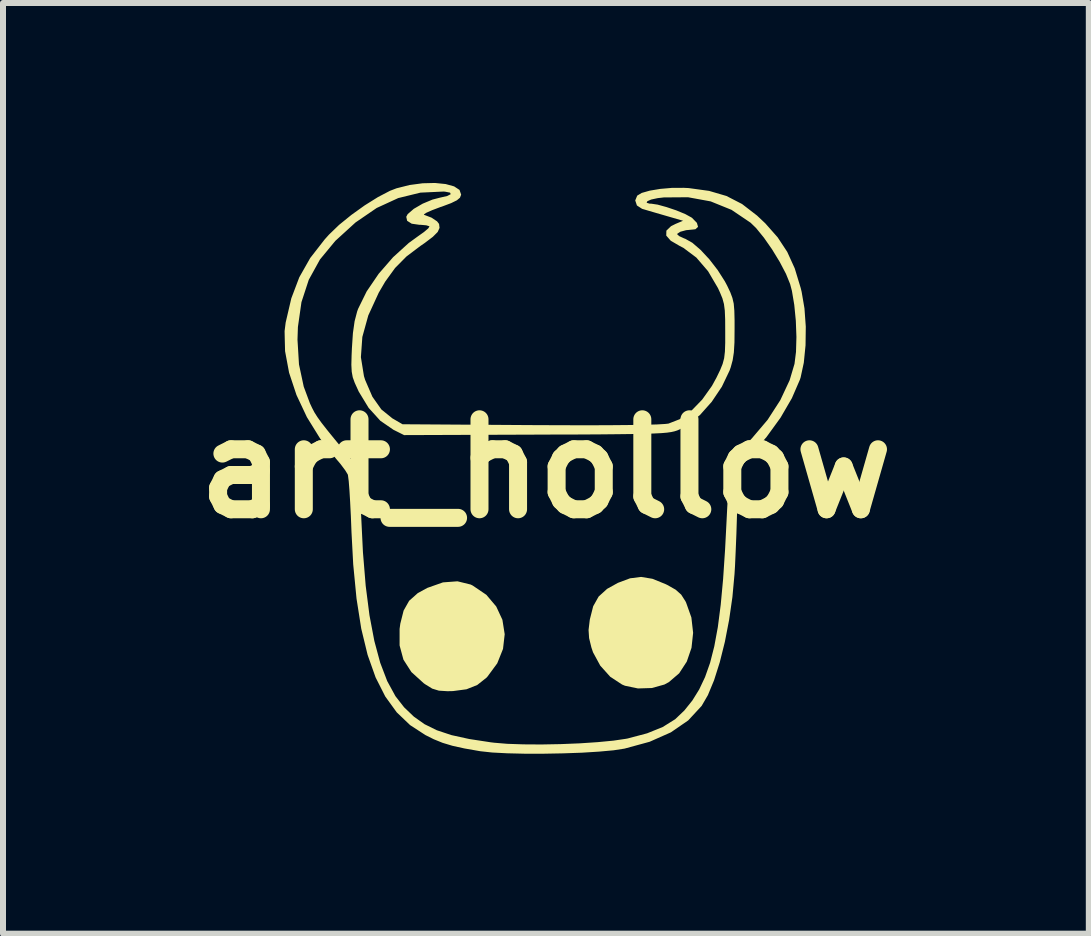
<source format=kicad_pcb>
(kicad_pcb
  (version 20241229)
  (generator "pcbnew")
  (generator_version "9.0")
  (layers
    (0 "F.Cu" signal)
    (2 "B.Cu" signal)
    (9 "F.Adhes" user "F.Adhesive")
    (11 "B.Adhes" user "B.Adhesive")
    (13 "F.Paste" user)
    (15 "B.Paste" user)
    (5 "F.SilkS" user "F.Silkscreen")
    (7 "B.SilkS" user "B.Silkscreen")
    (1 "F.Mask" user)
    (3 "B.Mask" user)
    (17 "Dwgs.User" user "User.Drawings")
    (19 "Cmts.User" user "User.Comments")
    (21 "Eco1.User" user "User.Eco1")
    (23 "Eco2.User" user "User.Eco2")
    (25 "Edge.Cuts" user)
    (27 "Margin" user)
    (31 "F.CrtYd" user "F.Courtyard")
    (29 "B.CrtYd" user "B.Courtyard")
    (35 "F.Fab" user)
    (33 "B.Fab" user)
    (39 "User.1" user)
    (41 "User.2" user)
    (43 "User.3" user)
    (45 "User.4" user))
  (footprint "art_hollow"
    (layer "F.Cu")
    (at 6.05 4.761)
    (property "Reference" "art_hollow" (at 0 0 0) (layer "F.SilkS") (effects (font (size 1.5 1.5) (thickness 0.3))))
    (attr board_only exclude_from_pos_files exclude_from_bom)
    (fp_poly (pts (xy -1.254 1.933) (xy -1.22 1.95) (xy -0.993 2.104) (xy -0.828 2.299) (xy -0.725 2.521) (xy -0.687 2.761) (xy -0.715 3.006) (xy -0.811 3.246) (xy -0.976 3.47) (xy -0.991 3.486) (xy -1.144 3.607) (xy -1.324 3.679) (xy -1.549 3.709) (xy -1.641 3.711) (xy -1.784 3.702) (xy -1.895 3.668) (xy -2.013 3.595) (xy -2.037 3.578) (xy -2.242 3.392) (xy -2.375 3.185) (xy -2.439 2.948) (xy -2.439 2.673) (xy -2.427 2.585) (xy -2.372 2.367) (xy -2.28 2.204) (xy -2.136 2.076) (xy -1.977 1.989) (xy -1.716 1.897) (xy -1.474 1.879)) (stroke (width 0) (type solid)) (fill yes) (layer "F.SilkS"))
    (fp_poly (pts (xy 1.775 1.837) (xy 1.99 1.924) (xy 2.022 1.939) (xy 2.163 2.019) (xy 2.255 2.101) (xy 2.325 2.21) (xy 2.337 2.234) (xy 2.425 2.482) (xy 2.454 2.738) (xy 2.427 2.988) (xy 2.348 3.218) (xy 2.221 3.413) (xy 2.049 3.56) (xy 1.975 3.6) (xy 1.766 3.658) (xy 1.535 3.665) (xy 1.318 3.62) (xy 1.27 3.6) (xy 1.073 3.471) (xy 0.906 3.285) (xy 0.785 3.062) (xy 0.758 2.981) (xy 0.72 2.826) (xy 0.711 2.691) (xy 0.73 2.531) (xy 0.733 2.512) (xy 0.788 2.295) (xy 0.879 2.133) (xy 1.02 2.005) (xy 1.2 1.905) (xy 1.403 1.829) (xy 1.587 1.806)) (stroke (width 0) (type solid)) (fill yes) (layer "F.SilkS"))
    (fp_poly (pts (xy -1.671 -4.743) (xy -1.53 -4.704) (xy -1.44 -4.645) (xy -1.413 -4.567) (xy -1.414 -4.563) (xy -1.433 -4.515) (xy -1.484 -4.472) (xy -1.58 -4.425) (xy -1.737 -4.366) (xy -1.757 -4.36) (xy -1.895 -4.308) (xy -1.992 -4.265) (xy -2.034 -4.237) (xy -2.03 -4.23) (xy -1.907 -4.183) (xy -1.814 -4.121) (xy -1.781 -4.078) (xy -1.773 -4.012) (xy -1.804 -3.944) (xy -1.885 -3.863) (xy -2.022 -3.759) (xy -2.092 -3.711) (xy -2.325 -3.535) (xy -2.514 -3.344) (xy -2.679 -3.116) (xy -2.787 -2.931) (xy -2.961 -2.552) (xy -3.06 -2.194) (xy -3.084 -1.857) (xy -3.033 -1.541) (xy -3.013 -1.477) (xy -2.892 -1.197) (xy -2.743 -0.986) (xy -2.564 -0.841) (xy -2.564 -0.84) (xy -2.39 -0.739) (xy -0.267 -0.725) (xy 0.218 -0.723) (xy 0.657 -0.722) (xy 1.045 -0.723) (xy 1.377 -0.726) (xy 1.648 -0.73) (xy 1.855 -0.736) (xy 1.991 -0.744) (xy 2.043 -0.75) (xy 2.23 -0.823) (xy 2.422 -0.961) (xy 2.605 -1.15) (xy 2.768 -1.379) (xy 2.843 -1.516) (xy 2.905 -1.644) (xy 2.946 -1.745) (xy 2.971 -1.839) (xy 2.984 -1.95) (xy 2.989 -2.097) (xy 2.989 -2.284) (xy 2.988 -2.487) (xy 2.982 -2.634) (xy 2.968 -2.743) (xy 2.942 -2.838) (xy 2.901 -2.937) (xy 2.868 -3.009) (xy 2.703 -3.29) (xy 2.508 -3.517) (xy 2.292 -3.679) (xy 2.232 -3.71) (xy 2.081 -3.798) (xy 2.006 -3.884) (xy 2.008 -3.966) (xy 2.086 -4.041) (xy 2.162 -4.079) (xy 2.286 -4.131) (xy 1.993 -4.216) (xy 1.838 -4.261) (xy 1.701 -4.301) (xy 1.61 -4.328) (xy 1.603 -4.33) (xy 1.517 -4.386) (xy 1.489 -4.47) (xy 1.522 -4.55) (xy 1.597 -4.595) (xy 1.731 -4.633) (xy 1.905 -4.662) (xy 2.099 -4.679) (xy 2.296 -4.68) (xy 2.379 -4.676) (xy 2.72 -4.629) (xy 3.01 -4.544) (xy 3.27 -4.41) (xy 3.519 -4.218) (xy 3.657 -4.088) (xy 3.863 -3.855) (xy 4.023 -3.612) (xy 4.148 -3.337) (xy 4.248 -3.008) (xy 4.263 -2.946) (xy 4.31 -2.671) (xy 4.332 -2.366) (xy 4.328 -2.055) (xy 4.299 -1.765) (xy 4.246 -1.519) (xy 4.234 -1.482) (xy 4.1 -1.173) (xy 3.911 -0.848) (xy 3.678 -0.527) (xy 3.51 -0.332) (xy 3.375 -0.182) (xy 3.286 -0.072) (xy 3.233 0.011) (xy 3.208 0.081) (xy 3.201 0.147) (xy 3.194 0.458) (xy 3.185 0.781) (xy 3.175 1.097) (xy 3.163 1.386) (xy 3.152 1.629) (xy 3.144 1.758) (xy 3.109 2.141) (xy 3.054 2.522) (xy 2.983 2.889) (xy 2.898 3.229) (xy 2.803 3.529) (xy 2.7 3.777) (xy 2.596 3.956) (xy 2.372 4.198) (xy 2.083 4.397) (xy 1.729 4.554) (xy 1.311 4.668) (xy 1.129 4.696) (xy 0.887 4.718) (xy 0.6 4.736) (xy 0.287 4.747) (xy -0.036 4.753) (xy -0.353 4.753) (xy -0.645 4.746) (xy -0.896 4.733) (xy -1.089 4.712) (xy -1.103 4.71) (xy -1.359 4.665) (xy -1.558 4.621) (xy -1.721 4.572) (xy -1.869 4.512) (xy -2.009 4.442) (xy -2.264 4.276) (xy -2.487 4.063) (xy -2.678 3.799) (xy -2.839 3.481) (xy -2.972 3.106) (xy -3.078 2.669) (xy -3.157 2.167) (xy -3.212 1.598) (xy -3.241 1.055) (xy -3.251 0.797) (xy -3.263 0.561) (xy -3.275 0.361) (xy -3.287 0.209) (xy -3.299 0.116) (xy -3.303 0.098) (xy -3.346 0.028) (xy -3.423 -0.075) (xy -3.5 -0.166) (xy -3.763 -0.5) (xy -3.984 -0.857) (xy -4.158 -1.227) (xy -4.281 -1.598) (xy -4.348 -1.957) (xy -4.353 -2.149) (xy -4.141 -2.149) (xy -4.116 -1.736) (xy -4.037 -1.366) (xy -3.934 -1.089) (xy -3.896 -1.008) (xy -3.857 -0.934) (xy -3.808 -0.857) (xy -3.741 -0.764) (xy -3.648 -0.645) (xy -3.522 -0.49) (xy -3.354 -0.286) (xy -3.341 -0.27) (xy -3.107 0.013) (xy -3.081 0.759) (xy -3.05 1.393) (xy -3.004 1.954) (xy -2.941 2.446) (xy -2.86 2.873) (xy -2.762 3.237) (xy -2.645 3.543) (xy -2.508 3.794) (xy -2.364 3.979) (xy -2.201 4.135) (xy -2.023 4.261) (xy -1.818 4.362) (xy -1.574 4.443) (xy -1.278 4.508) (xy -0.918 4.563) (xy -0.86 4.57) (xy -0.644 4.588) (xy -0.376 4.597) (xy -0.073 4.599) (xy 0.247 4.593) (xy 0.566 4.58) (xy 0.864 4.56) (xy 1.125 4.535) (xy 1.33 4.505) (xy 1.363 4.499) (xy 1.687 4.413) (xy 1.947 4.308) (xy 2.155 4.178) (xy 2.308 4.032) (xy 2.441 3.866) (xy 2.555 3.682) (xy 2.653 3.475) (xy 2.737 3.237) (xy 2.807 2.962) (xy 2.866 2.642) (xy 2.914 2.27) (xy 2.954 1.84) (xy 2.987 1.344) (xy 3.009 0.918) (xy 3.022 0.66) (xy 3.036 0.421) (xy 3.051 0.216) (xy 3.065 0.058) (xy 3.078 -0.04) (xy 3.082 -0.059) (xy 3.123 -0.133) (xy 3.206 -0.246) (xy 3.32 -0.382) (xy 3.436 -0.507) (xy 3.695 -0.812) (xy 3.907 -1.14) (xy 4.063 -1.473) (xy 4.144 -1.746) (xy 4.169 -1.945) (xy 4.176 -2.194) (xy 4.166 -2.464) (xy 4.14 -2.729) (xy 4.101 -2.962) (xy 4.071 -3.076) (xy 4.002 -3.246) (xy 3.897 -3.446) (xy 3.77 -3.654) (xy 3.634 -3.849) (xy 3.503 -4.01) (xy 3.411 -4.099) (xy 3.094 -4.313) (xy 2.746 -4.454) (xy 2.369 -4.523) (xy 1.965 -4.52) (xy 1.862 -4.508) (xy 1.755 -4.485) (xy 1.691 -4.457) (xy 1.679 -4.431) (xy 1.729 -4.416) (xy 1.754 -4.416) (xy 1.862 -4.4) (xy 2.011 -4.359) (xy 2.174 -4.304) (xy 2.322 -4.243) (xy 2.426 -4.186) (xy 2.437 -4.178) (xy 2.517 -4.096) (xy 2.536 -4.029) (xy 2.493 -3.99) (xy 2.452 -3.985) (xy 2.337 -3.974) (xy 2.241 -3.948) (xy 2.191 -3.915) (xy 2.188 -3.906) (xy 2.222 -3.875) (xy 2.304 -3.837) (xy 2.324 -3.83) (xy 2.441 -3.764) (xy 2.579 -3.645) (xy 2.725 -3.488) (xy 2.864 -3.308) (xy 2.982 -3.123) (xy 3.021 -3.05) (xy 3.074 -2.938) (xy 3.109 -2.844) (xy 3.131 -2.749) (xy 3.141 -2.631) (xy 3.145 -2.47) (xy 3.145 -2.326) (xy 3.143 -2.103) (xy 3.133 -1.936) (xy 3.113 -1.806) (xy 3.081 -1.689) (xy 3.062 -1.635) (xy 2.933 -1.365) (xy 2.764 -1.113) (xy 2.568 -0.893) (xy 2.359 -0.725) (xy 2.227 -0.652) (xy 2.187 -0.635) (xy 2.143 -0.621) (xy 2.089 -0.609) (xy 2.018 -0.599) (xy 1.925 -0.591) (xy 1.801 -0.585) (xy 1.642 -0.579) (xy 1.439 -0.576) (xy 1.188 -0.573) (xy 0.881 -0.57) (xy 0.512 -0.568) (xy 0.074 -0.567) (xy -0.156 -0.566) (xy -2.364 -0.558) (xy -2.542 -0.647) (xy -2.76 -0.797) (xy -2.955 -1.012) (xy -3.12 -1.283) (xy -3.135 -1.316) (xy -3.187 -1.43) (xy -3.22 -1.522) (xy -3.237 -1.615) (xy -3.243 -1.73) (xy -3.239 -1.89) (xy -3.234 -2.005) (xy -3.217 -2.259) (xy -3.189 -2.456) (xy -3.147 -2.617) (xy -3.131 -2.662) (xy -2.988 -2.953) (xy -2.788 -3.247) (xy -2.548 -3.523) (xy -2.286 -3.761) (xy -2.14 -3.867) (xy -2.033 -3.943) (xy -1.961 -4.004) (xy -1.941 -4.038) (xy -1.942 -4.039) (xy -1.994 -4.055) (xy -2.091 -4.064) (xy -2.112 -4.064) (xy -2.237 -4.082) (xy -2.313 -4.13) (xy -2.328 -4.197) (xy -2.304 -4.242) (xy -2.202 -4.33) (xy -2.054 -4.416) (xy -1.891 -4.484) (xy -1.767 -4.516) (xy -1.645 -4.544) (xy -1.587 -4.574) (xy -1.598 -4.6) (xy -1.681 -4.616) (xy -1.707 -4.618) (xy -2.091 -4.6) (xy -2.462 -4.509) (xy -2.821 -4.344) (xy -3.173 -4.103) (xy -3.51 -3.796) (xy -3.766 -3.486) (xy -3.953 -3.147) (xy -4.075 -2.774) (xy -4.134 -2.36) (xy -4.141 -2.149) (xy -4.353 -2.149) (xy -4.356 -2.292) (xy -4.338 -2.435) (xy -4.244 -2.838) (xy -4.111 -3.189) (xy -3.929 -3.51) (xy -3.687 -3.821) (xy -3.616 -3.9) (xy -3.448 -4.062) (xy -3.242 -4.229) (xy -3.02 -4.388) (xy -2.799 -4.526) (xy -2.6 -4.63) (xy -2.491 -4.672) (xy -2.272 -4.727) (xy -2.054 -4.756) (xy -1.85 -4.761)) (stroke (width 0) (type solid)) (fill yes) (layer "F.SilkS")))
  (gr_rect
    (start -3 -3)
    (end 15.1 12.514)
    (stroke (width 0.1) (type default))
    (fill no)
    (layer "Edge.Cuts")))
</source>
